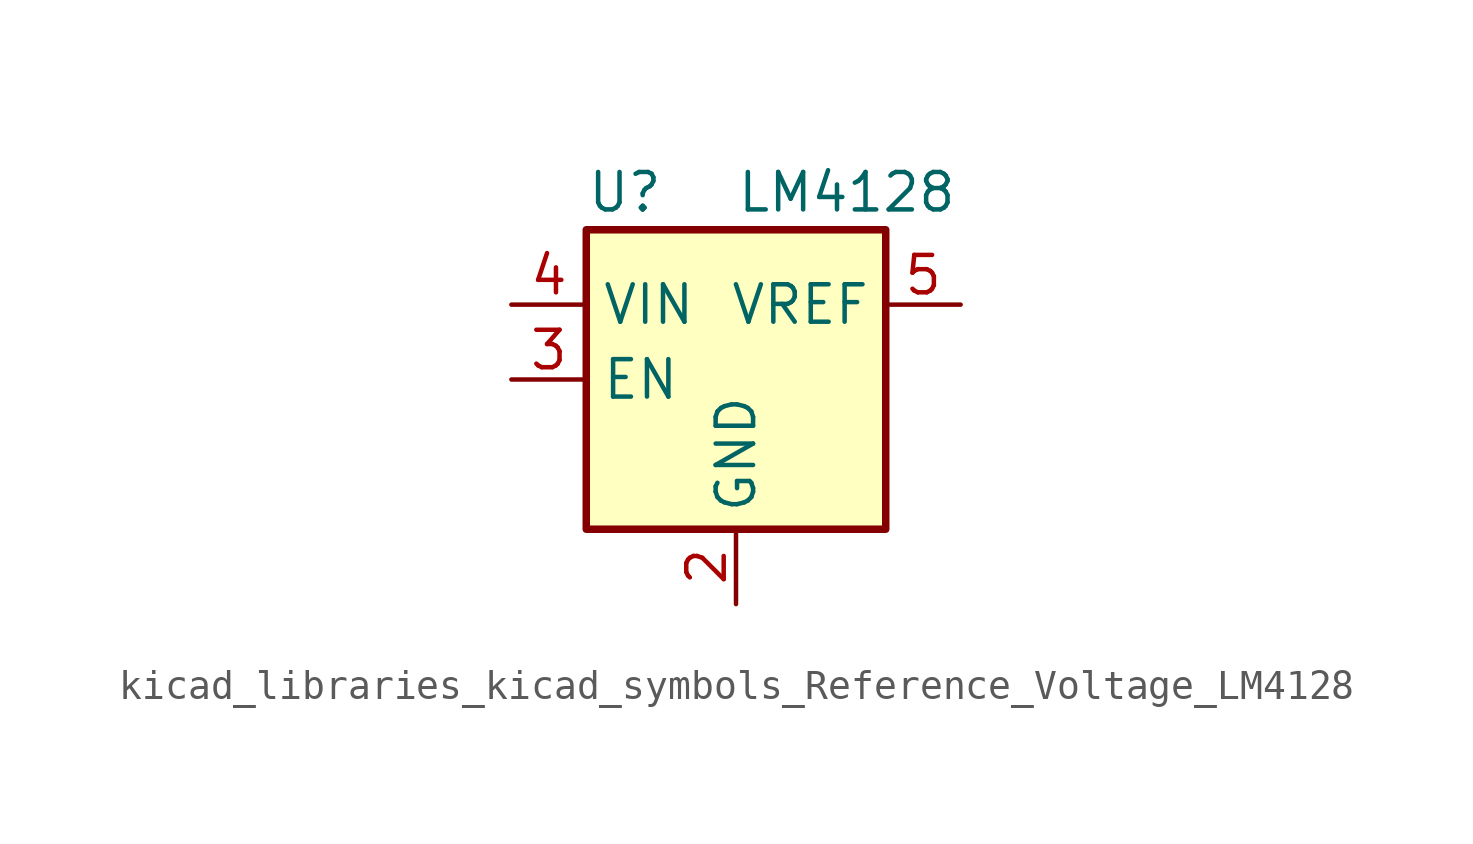
<source format=kicad_sym>
(kicad_symbol_lib
  (version 20220914)
  (generator kicad_symbol_editor)
  (symbol "kicad_libraries_kicad_symbols_Reference_Voltage_LM4128"
    (property "Reference" "U"
      (at -5.08 6.35 0)
      (effects (font (size 1.27 1.27)) (justify left)))
    (property "Value" "LM4128"
      (at 0 6.35 0)
      (effects (font (size 1.27 1.27)) (justify left)))
    (symbol "kicad_libraries_kicad_symbols_Reference_Voltage_LM4128_0_1"
      (rectangle (start -5.08 5.08) (end 5.08 -5.08) (stroke (width 0.254) (type default)) (fill (type background))))
    (symbol "kicad_libraries_kicad_symbols_Reference_Voltage_LM4128_1_1"
      (pin no_connect line (at 5.08 0 180) (length 2.54) hide (name "NC" (effects (font (size 1.27 1.27)))) (number "1" (effects (font (size 1.27 1.27)))))
      (pin power_in line (at 0 -7.62 90) (length 2.54) (name "GND" (effects (font (size 1.27 1.27)))) (number "2" (effects (font (size 1.27 1.27)))))
      (pin input line (at -7.62 0 0) (length 2.54) (name "EN" (effects (font (size 1.27 1.27)))) (number "3" (effects (font (size 1.27 1.27)))))
      (pin power_in line (at -7.62 2.54 0) (length 2.54) (name "VIN" (effects (font (size 1.27 1.27)))) (number "4" (effects (font (size 1.27 1.27)))))
      (pin power_out line (at 7.62 2.54 180) (length 2.54) (name "VREF" (effects (font (size 1.27 1.27)))) (number "5" (effects (font (size 1.27 1.27))))))))
</source>
